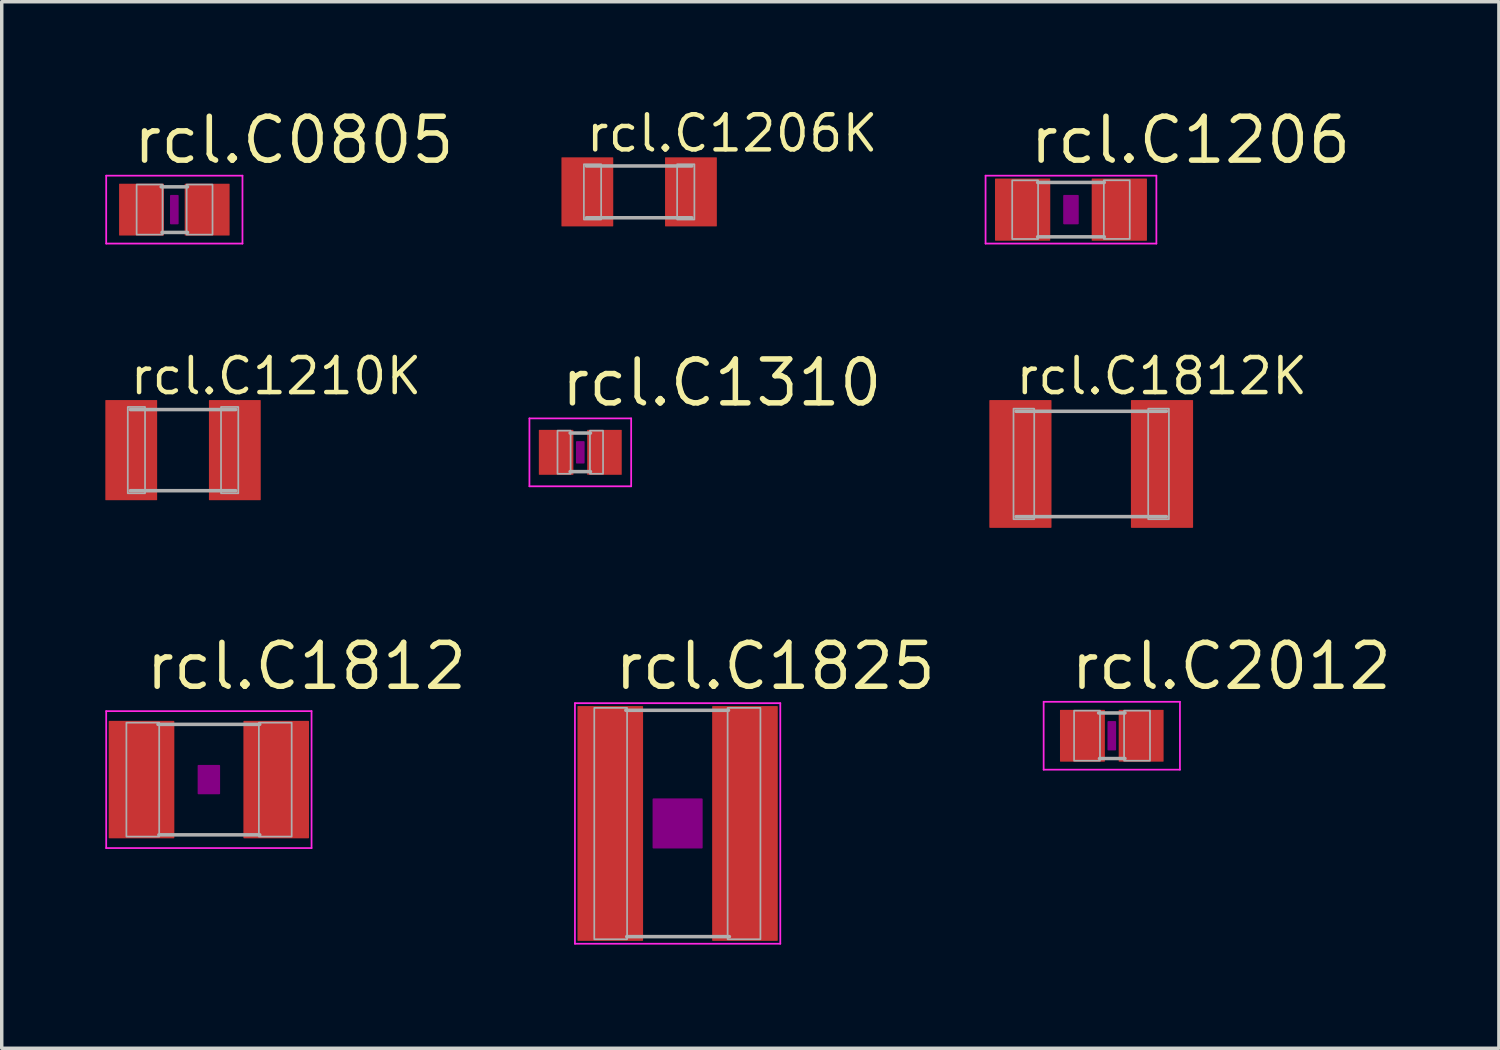
<source format=kicad_pcb>
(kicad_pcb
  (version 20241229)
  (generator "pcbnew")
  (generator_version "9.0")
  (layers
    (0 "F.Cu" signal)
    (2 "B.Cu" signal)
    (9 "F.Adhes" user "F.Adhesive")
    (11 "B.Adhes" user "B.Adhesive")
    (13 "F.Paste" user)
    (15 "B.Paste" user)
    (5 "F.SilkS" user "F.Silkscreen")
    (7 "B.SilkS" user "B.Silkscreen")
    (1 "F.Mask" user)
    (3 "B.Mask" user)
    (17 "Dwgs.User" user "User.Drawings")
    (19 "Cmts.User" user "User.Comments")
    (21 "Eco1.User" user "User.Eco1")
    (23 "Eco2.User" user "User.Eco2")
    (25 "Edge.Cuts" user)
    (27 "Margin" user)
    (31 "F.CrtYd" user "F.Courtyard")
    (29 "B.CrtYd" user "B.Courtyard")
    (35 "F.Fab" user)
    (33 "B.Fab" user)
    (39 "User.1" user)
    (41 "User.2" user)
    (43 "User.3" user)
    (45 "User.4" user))
  (footprint "rcl.C1812K"
    (layer "F.Cu")
    (at 28.547 10.384)
    (property "Reference" "rcl.C1812K" (at -2.25 -1.95 0) (layer "F.SilkS") (effects (font (size 1.016 1.016) (thickness 0.13)) (justify left bottom)))
    (attr smd)
    (fp_line (start -2.175 -1.525) (end 2.175 -1.525) (stroke (width 0.102) (type default)) (layer "F.Fab"))
    (fp_line (start 2.175 1.525) (end -2.175 1.525) (stroke (width 0.102) (type default)) (layer "F.Fab"))
    (fp_rect (start -2.25 1.6) (end -1.65 -1.6) (stroke (width 0.05) (type default)) (fill no) (layer "F.Fab"))
    (fp_rect (start 1.65 1.6) (end 2.25 -1.6) (stroke (width 0.05) (type default)) (fill no) (layer "F.Fab"))
    (pad "1" smd roundrect (at -2.05 0) (size 1.8 3.7) (layers "F.Cu" "F.Mask" "F.Paste") (roundrect_rratio 0.01))
    (pad "2" smd roundrect (at 2.05 0) (size 1.8 3.7) (layers "F.Cu" "F.Mask" "F.Paste") (roundrect_rratio 0.01)))
  (footprint "rcl.C1812"
    (layer "F.Cu")
    (at 2.998 19.524)
    (property "Reference" "rcl.C1812" (at -1.905 -2.54 0) (layer "F.SilkS") (effects (font (size 1.27 1.27) (thickness 0.16)) (justify left bottom)))
    (attr smd)
    (fp_rect (start -0.3 0.4) (end 0.3 -0.4) (stroke (width 0.05) (type default)) (fill yes) (layer "F.Adhes"))
    (fp_line (start -2.973 -1.983) (end 2.973 -1.983) (stroke (width 0.051) (type default)) (layer "F.CrtYd"))
    (fp_line (start -2.973 1.983) (end -2.973 -1.983) (stroke (width 0.051) (type default)) (layer "F.CrtYd"))
    (fp_line (start 2.973 -1.983) (end 2.973 1.983) (stroke (width 0.051) (type default)) (layer "F.CrtYd"))
    (fp_line (start 2.973 1.983) (end -2.973 1.983) (stroke (width 0.051) (type default)) (layer "F.CrtYd"))
    (fp_line (start -1.473 -1.6) (end 1.473 -1.6) (stroke (width 0.102) (type default)) (layer "F.Fab"))
    (fp_line (start -1.448 1.6) (end 1.473 1.6) (stroke (width 0.102) (type default)) (layer "F.Fab"))
    (fp_rect (start -2.388 1.651) (end -1.438 -1.649) (stroke (width 0.05) (type default)) (fill no) (layer "F.Fab"))
    (fp_rect (start 1.448 1.651) (end 2.398 -1.649) (stroke (width 0.05) (type default)) (fill no) (layer "F.Fab"))
    (pad "1" smd roundrect (at -1.95 0) (size 1.9 3.4) (layers "F.Cu" "F.Mask" "F.Paste") (roundrect_rratio 0.01))
    (pad "2" smd roundrect (at 1.95 0) (size 1.9 3.4) (layers "F.Cu" "F.Mask" "F.Paste") (roundrect_rratio 0.01)))
  (footprint "rcl.C1310"
    (layer "F.Cu")
    (at 13.753 10.048)
    (property "Reference" "rcl.C1310" (at -0.635 -1.27 0) (layer "F.SilkS") (effects (font (size 1.27 1.27) (thickness 0.16)) (justify left bottom)))
    (attr smd)
    (fp_rect (start -0.1 0.3) (end 0.1 -0.3) (stroke (width 0.05) (type default)) (fill yes) (layer "F.Adhes"))
    (fp_line (start -1.473 -0.983) (end 1.473 -0.983) (stroke (width 0.051) (type default)) (layer "F.CrtYd"))
    (fp_line (start -1.473 0.983) (end -1.473 -0.983) (stroke (width 0.051) (type default)) (layer "F.CrtYd"))
    (fp_line (start 1.473 -0.983) (end 1.473 0.983) (stroke (width 0.051) (type default)) (layer "F.CrtYd"))
    (fp_line (start 1.473 0.983) (end -1.473 0.983) (stroke (width 0.051) (type default)) (layer "F.CrtYd"))
    (fp_line (start -0.294 -0.559) (end 0.294 -0.559) (stroke (width 0.102) (type default)) (layer "F.Fab"))
    (fp_line (start -0.294 0.559) (end 0.294 0.559) (stroke (width 0.102) (type default)) (layer "F.Fab"))
    (fp_rect (start -0.66 0.622) (end -0.28 -0.628) (stroke (width 0.05) (type default)) (fill no) (layer "F.Fab"))
    (fp_rect (start 0.279 0.622) (end 0.659 -0.628) (stroke (width 0.05) (type default)) (fill no) (layer "F.Fab"))
    (pad "1" smd roundrect (at -0.7 0) (size 1 1.3) (layers "F.Cu" "F.Mask" "F.Paste") (roundrect_rratio 0.01))
    (pad "2" smd roundrect (at 0.7 0) (size 1 1.3) (layers "F.Cu" "F.Mask" "F.Paste") (roundrect_rratio 0.01)))
  (footprint "rcl.C1825"
    (layer "F.Cu")
    (at 16.571 20.794)
    (property "Reference" "rcl.C1825" (at -1.905 -3.81 0) (layer "F.SilkS") (effects (font (size 1.27 1.27) (thickness 0.16)) (justify left bottom)))
    (attr smd)
    (fp_rect (start -0.7 0.7) (end 0.7 -0.7) (stroke (width 0.05) (type default)) (fill yes) (layer "F.Adhes"))
    (fp_line (start -2.973 -3.483) (end 2.973 -3.483) (stroke (width 0.051) (type default)) (layer "F.CrtYd"))
    (fp_line (start -2.973 3.483) (end -2.973 -3.483) (stroke (width 0.051) (type default)) (layer "F.CrtYd"))
    (fp_line (start 2.973 -3.483) (end 2.973 3.483) (stroke (width 0.051) (type default)) (layer "F.CrtYd"))
    (fp_line (start 2.973 3.483) (end -2.973 3.483) (stroke (width 0.051) (type default)) (layer "F.CrtYd"))
    (fp_line (start -1.499 -3.277) (end 1.473 -3.277) (stroke (width 0.102) (type default)) (layer "F.Fab"))
    (fp_line (start -1.473 3.277) (end 1.499 3.277) (stroke (width 0.102) (type default)) (layer "F.Fab"))
    (fp_rect (start -2.413 3.353) (end -1.463 -3.347) (stroke (width 0.05) (type default)) (fill no) (layer "F.Fab"))
    (fp_rect (start 1.448 3.353) (end 2.398 -3.347) (stroke (width 0.05) (type default)) (fill no) (layer "F.Fab"))
    (pad "1" smd roundrect (at -1.95 0) (size 1.9 6.8) (layers "F.Cu" "F.Mask" "F.Paste") (roundrect_rratio 0.01))
    (pad "2" smd roundrect (at 1.95 0) (size 1.9 6.8) (layers "F.Cu" "F.Mask" "F.Paste") (roundrect_rratio 0.01)))
  (footprint "rcl.C1206K"
    (layer "F.Cu")
    (at 15.457 2.506)
    (property "Reference" "rcl.C1206K" (at -1.6 -1.1 0) (layer "F.SilkS") (effects (font (size 1.016 1.016) (thickness 0.13)) (justify left bottom)))
    (attr smd)
    (fp_line (start -1.525 -0.75) (end 1.525 -0.75) (stroke (width 0.102) (type default)) (layer "F.Fab"))
    (fp_line (start 1.525 0.75) (end -1.525 0.75) (stroke (width 0.102) (type default)) (layer "F.Fab"))
    (fp_rect (start -1.6 0.8) (end -1.1 -0.8) (stroke (width 0.05) (type default)) (fill no) (layer "F.Fab"))
    (fp_rect (start 1.1 0.8) (end 1.6 -0.8) (stroke (width 0.05) (type default)) (fill no) (layer "F.Fab"))
    (pad "1" smd roundrect (at -1.5 0) (size 1.5 2) (layers "F.Cu" "F.Mask" "F.Paste") (roundrect_rratio 0.01))
    (pad "2" smd roundrect (at 1.5 0) (size 1.5 2) (layers "F.Cu" "F.Mask" "F.Paste") (roundrect_rratio 0.01)))
  (footprint "rcl.C1210K"
    (layer "F.Cu")
    (at 2.25 9.984)
    (property "Reference" "rcl.C1210K" (at -1.6 -1.55 0) (layer "F.SilkS") (effects (font (size 1.016 1.016) (thickness 0.13)) (justify left bottom)))
    (attr smd)
    (fp_line (start -1.525 -1.175) (end 1.525 -1.175) (stroke (width 0.102) (type default)) (layer "F.Fab"))
    (fp_line (start 1.525 1.175) (end -1.525 1.175) (stroke (width 0.102) (type default)) (layer "F.Fab"))
    (fp_rect (start -1.6 1.25) (end -1.1 -1.25) (stroke (width 0.05) (type default)) (fill no) (layer "F.Fab"))
    (fp_rect (start 1.1 1.25) (end 1.6 -1.25) (stroke (width 0.05) (type default)) (fill no) (layer "F.Fab"))
    (pad "1" smd roundrect (at -1.5 0) (size 1.5 2.9) (layers "F.Cu" "F.Mask" "F.Paste") (roundrect_rratio 0.01))
    (pad "2" smd roundrect (at 1.5 0) (size 1.5 2.9) (layers "F.Cu" "F.Mask" "F.Paste") (roundrect_rratio 0.01)))
  (footprint "rcl.C2012"
    (layer "F.Cu")
    (at 29.143 18.254)
    (property "Reference" "rcl.C2012" (at -1.27 -1.27 0) (layer "F.SilkS") (effects (font (size 1.27 1.27) (thickness 0.16)) (justify left bottom)))
    (attr smd)
    (fp_rect (start -0.1 0.4) (end 0.1 -0.4) (stroke (width 0.05) (type default)) (fill yes) (layer "F.Adhes"))
    (fp_line (start -1.973 -0.983) (end 1.973 -0.983) (stroke (width 0.051) (type default)) (layer "F.CrtYd"))
    (fp_line (start -1.973 0.983) (end -1.973 -0.983) (stroke (width 0.051) (type default)) (layer "F.CrtYd"))
    (fp_line (start 1.973 -0.983) (end 1.973 0.983) (stroke (width 0.051) (type default)) (layer "F.CrtYd"))
    (fp_line (start 1.973 0.983) (end -1.973 0.983) (stroke (width 0.051) (type default)) (layer "F.CrtYd"))
    (fp_line (start -0.381 -0.66) (end 0.381 -0.66) (stroke (width 0.102) (type default)) (layer "F.Fab"))
    (fp_line (start -0.356 0.66) (end 0.381 0.66) (stroke (width 0.102) (type default)) (layer "F.Fab"))
    (fp_rect (start -1.092 0.724) (end -0.342 -0.726) (stroke (width 0.05) (type default)) (fill no) (layer "F.Fab"))
    (fp_rect (start 0.356 0.724) (end 1.106 -0.726) (stroke (width 0.05) (type default)) (fill no) (layer "F.Fab"))
    (pad "1" smd roundrect (at -0.85 0) (size 1.3 1.5) (layers "F.Cu" "F.Mask" "F.Paste") (roundrect_rratio 0.01))
    (pad "2" smd roundrect (at 0.85 0) (size 1.3 1.5) (layers "F.Cu" "F.Mask" "F.Paste") (roundrect_rratio 0.01)))
  (footprint "rcl.C0805"
    (layer "F.Cu")
    (at 1.998 3.02)
    (property "Reference" "rcl.C0805" (at -1.27 -1.27 0) (layer "F.SilkS") (effects (font (size 1.27 1.27) (thickness 0.16)) (justify left bottom)))
    (attr smd)
    (fp_rect (start -0.1 0.4) (end 0.1 -0.4) (stroke (width 0.05) (type default)) (fill yes) (layer "F.Adhes"))
    (fp_line (start -1.973 -0.983) (end 1.973 -0.983) (stroke (width 0.051) (type default)) (layer "F.CrtYd"))
    (fp_line (start -1.973 0.983) (end -1.973 -0.983) (stroke (width 0.051) (type default)) (layer "F.CrtYd"))
    (fp_line (start 1.973 -0.983) (end 1.973 0.983) (stroke (width 0.051) (type default)) (layer "F.CrtYd"))
    (fp_line (start 1.973 0.983) (end -1.973 0.983) (stroke (width 0.051) (type default)) (layer "F.CrtYd"))
    (fp_line (start -0.381 -0.66) (end 0.381 -0.66) (stroke (width 0.102) (type default)) (layer "F.Fab"))
    (fp_line (start -0.356 0.66) (end 0.381 0.66) (stroke (width 0.102) (type default)) (layer "F.Fab"))
    (fp_rect (start -1.092 0.724) (end -0.342 -0.726) (stroke (width 0.05) (type default)) (fill no) (layer "F.Fab"))
    (fp_rect (start 0.356 0.724) (end 1.106 -0.726) (stroke (width 0.05) (type default)) (fill no) (layer "F.Fab"))
    (pad "1" smd roundrect (at -0.95 0) (size 1.3 1.5) (layers "F.Cu" "F.Mask" "F.Paste") (roundrect_rratio 0.01))
    (pad "2" smd roundrect (at 0.95 0) (size 1.3 1.5) (layers "F.Cu" "F.Mask" "F.Paste") (roundrect_rratio 0.01)))
  (footprint "rcl.C1206"
    (layer "F.Cu")
    (at 27.961 3.02)
    (property "Reference" "rcl.C1206" (at -1.27 -1.27 0) (layer "F.SilkS") (effects (font (size 1.27 1.27) (thickness 0.16)) (justify left bottom)))
    (attr smd)
    (fp_rect (start -0.2 0.4) (end 0.2 -0.4) (stroke (width 0.05) (type default)) (fill yes) (layer "F.Adhes"))
    (fp_line (start -2.473 -0.983) (end 2.473 -0.983) (stroke (width 0.051) (type default)) (layer "F.CrtYd"))
    (fp_line (start -2.473 0.983) (end -2.473 -0.983) (stroke (width 0.051) (type default)) (layer "F.CrtYd"))
    (fp_line (start 2.473 -0.983) (end 2.473 0.983) (stroke (width 0.051) (type default)) (layer "F.CrtYd"))
    (fp_line (start 2.473 0.983) (end -2.473 0.983) (stroke (width 0.051) (type default)) (layer "F.CrtYd"))
    (fp_line (start -0.965 -0.787) (end 0.965 -0.787) (stroke (width 0.102) (type default)) (layer "F.Fab"))
    (fp_line (start -0.965 0.787) (end 0.965 0.787) (stroke (width 0.102) (type default)) (layer "F.Fab"))
    (fp_rect (start -1.702 0.851) (end -0.952 -0.849) (stroke (width 0.05) (type default)) (fill no) (layer "F.Fab"))
    (fp_rect (start 0.952 0.849) (end 1.702 -0.851) (stroke (width 0.05) (type default)) (fill no) (layer "F.Fab"))
    (pad "1" smd roundrect (at -1.4 0) (size 1.6 1.8) (layers "F.Cu" "F.Mask" "F.Paste") (roundrect_rratio 0.01))
    (pad "2" smd roundrect (at 1.4 0) (size 1.6 1.8) (layers "F.Cu" "F.Mask" "F.Paste") (roundrect_rratio 0.01)))
  (gr_rect
    (start -3 -3)
    (end 40.352 27.303)
    (stroke (width 0.1) (type default))
    (fill no)
    (layer "Edge.Cuts")))
</source>
